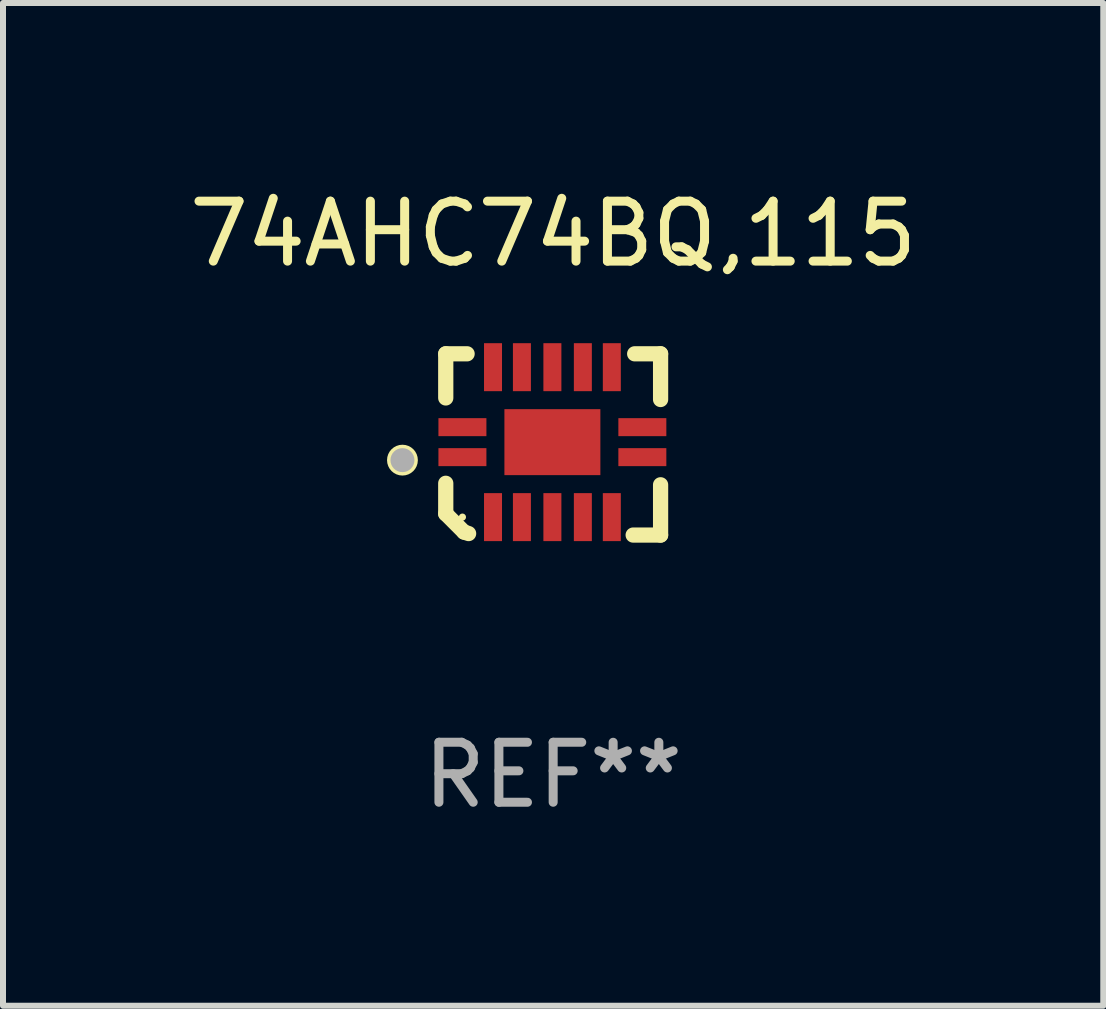
<source format=kicad_pcb>
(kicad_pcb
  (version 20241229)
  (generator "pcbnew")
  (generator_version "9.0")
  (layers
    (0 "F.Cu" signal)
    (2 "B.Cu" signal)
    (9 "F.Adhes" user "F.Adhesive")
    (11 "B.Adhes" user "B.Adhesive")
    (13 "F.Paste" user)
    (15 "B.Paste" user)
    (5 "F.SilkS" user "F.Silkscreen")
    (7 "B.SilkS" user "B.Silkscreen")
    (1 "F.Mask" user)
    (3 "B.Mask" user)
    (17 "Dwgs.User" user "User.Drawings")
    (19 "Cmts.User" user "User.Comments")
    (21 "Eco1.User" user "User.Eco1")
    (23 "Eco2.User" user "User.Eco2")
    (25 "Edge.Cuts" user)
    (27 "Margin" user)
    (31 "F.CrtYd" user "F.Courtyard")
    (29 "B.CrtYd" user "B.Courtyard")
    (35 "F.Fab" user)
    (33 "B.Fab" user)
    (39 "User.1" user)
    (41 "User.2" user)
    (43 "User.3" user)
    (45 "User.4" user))
  (footprint "74AHC74BQ,115"
    (layer "F.Cu")
    (at 6.173 4.36)
    (property "Reference" "74AHC74BQ,115" (at 0 -3.511 0) (layer "F.SilkS") (effects (font (size 1 1) (thickness 0.15))))
    (attr through_hole)
    (fp_line (start -1.791 -1.511) (end -1.435 -1.511) (stroke (width 0.254) (type solid)) (layer "F.SilkS"))
    (fp_line (start -1.791 -0.775) (end -1.791 -1.511) (stroke (width 0.254) (type solid)) (layer "F.SilkS"))
    (fp_line (start -1.791 1.156) (end -1.791 0.648) (stroke (width 0.254) (type solid)) (layer "F.SilkS"))
    (fp_line (start -1.486 1.461) (end -1.791 1.156) (stroke (width 0.254) (type solid)) (layer "F.SilkS"))
    (fp_line (start -1.41 1.486) (end -1.486 1.461) (stroke (width 0.254) (type solid)) (layer "F.SilkS"))
    (fp_line (start 1.334 1.511) (end 1.791 1.511) (stroke (width 0.254) (type solid)) (layer "F.SilkS"))
    (fp_line (start 1.791 -1.511) (end 1.359 -1.511) (stroke (width 0.254) (type solid)) (layer "F.SilkS"))
    (fp_line (start 1.791 -0.749) (end 1.791 -1.511) (stroke (width 0.254) (type solid)) (layer "F.SilkS"))
    (fp_line (start 1.791 1.511) (end 1.791 0.673) (stroke (width 0.254) (type solid)) (layer "F.SilkS"))
    (fp_circle (center -2.513 0.262) (end -2.383 0.262) (stroke (width 0.254) (type solid)) (fill no) (layer "F.SilkS"))
    (fp_circle (center -1.513 1.212) (end -1.483 1.212) (stroke (width 0.06) (type solid)) (fill no) (layer "F.SilkS"))
    (fp_circle (center -2.513 0.262) (end -2.413 0.262) (stroke (width 0.2) (type solid)) (fill no) (layer "F.Fab"))
    (fp_text user "REF**" (at 0 5.511 0) (layer "F.Fab") (effects (font (size 1 1) (thickness 0.15))))
    (pad "1" smd rect (at -1.513 0.212) (size 0.8 0.3) (layers "F.Cu" "F.Mask" "F.Paste"))
    (pad "2" smd rect (at -1.003 1.212) (size 0.3 0.8) (layers "F.Cu" "F.Mask" "F.Paste"))
    (pad "3" smd rect (at -0.521 1.212) (size 0.3 0.8) (layers "F.Cu" "F.Mask" "F.Paste"))
    (pad "4" smd rect (at -0.013 1.212) (size 0.3 0.8) (layers "F.Cu" "F.Mask" "F.Paste"))
    (pad "5" smd rect (at 0.495 1.212) (size 0.3 0.8) (layers "F.Cu" "F.Mask" "F.Paste"))
    (pad "6" smd rect (at 0.978 1.212) (size 0.3 0.8) (layers "F.Cu" "F.Mask" "F.Paste"))
    (pad "7" smd rect (at 1.487 0.212) (size 0.8 0.3) (layers "F.Cu" "F.Mask" "F.Paste"))
    (pad "8" smd rect (at 1.487 -0.288) (size 0.8 0.3) (layers "F.Cu" "F.Mask" "F.Paste"))
    (pad "9" smd rect (at 0.978 -1.288) (size 0.3 0.8) (layers "F.Cu" "F.Mask" "F.Paste"))
    (pad "10" smd rect (at 0.495 -1.288) (size 0.3 0.8) (layers "F.Cu" "F.Mask" "F.Paste"))
    (pad "11" smd rect (at -0.013 -1.288) (size 0.3 0.8) (layers "F.Cu" "F.Mask" "F.Paste"))
    (pad "12" smd rect (at -0.521 -1.288) (size 0.3 0.8) (layers "F.Cu" "F.Mask" "F.Paste"))
    (pad "13" smd rect (at -1.003 -1.288) (size 0.3 0.8) (layers "F.Cu" "F.Mask" "F.Paste"))
    (pad "14" smd rect (at -1.513 -0.288) (size 0.8 0.3) (layers "F.Cu" "F.Mask" "F.Paste"))
    (pad "15" smd rect (at -0.013 -0.038 90) (size 1.1 1.6) (layers "F.Cu" "F.Mask" "F.Paste")))
  (gr_rect
    (start -3 -3)
    (end 15.345 13.719)
    (stroke (width 0.1) (type default))
    (fill no)
    (layer "Edge.Cuts")))
</source>
